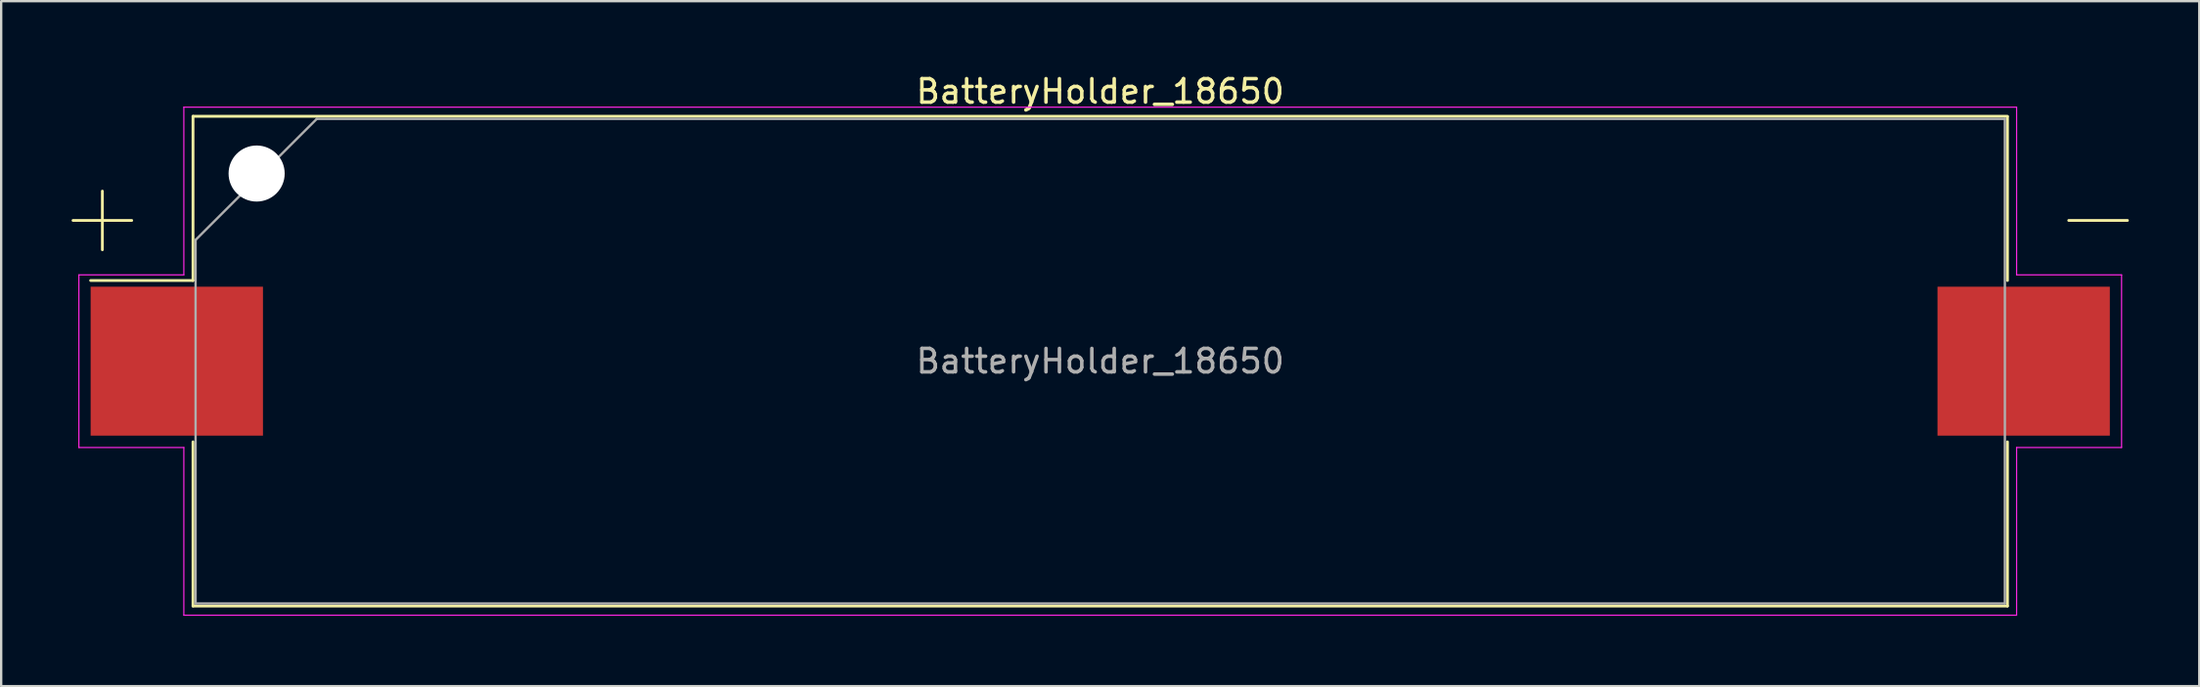
<source format=kicad_pcb>
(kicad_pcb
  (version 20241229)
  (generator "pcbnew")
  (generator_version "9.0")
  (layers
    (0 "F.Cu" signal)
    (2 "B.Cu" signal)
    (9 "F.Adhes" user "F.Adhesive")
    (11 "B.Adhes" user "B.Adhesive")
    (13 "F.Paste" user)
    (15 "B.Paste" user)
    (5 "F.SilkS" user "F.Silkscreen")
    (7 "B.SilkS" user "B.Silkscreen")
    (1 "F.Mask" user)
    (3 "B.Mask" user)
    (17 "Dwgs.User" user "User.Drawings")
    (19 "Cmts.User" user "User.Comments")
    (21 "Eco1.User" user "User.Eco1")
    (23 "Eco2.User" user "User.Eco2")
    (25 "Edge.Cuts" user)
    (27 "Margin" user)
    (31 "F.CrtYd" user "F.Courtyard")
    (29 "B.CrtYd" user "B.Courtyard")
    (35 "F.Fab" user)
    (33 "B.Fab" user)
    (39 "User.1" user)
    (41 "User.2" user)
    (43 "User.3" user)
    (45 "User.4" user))
  (footprint "BatteryHolder_18650"
    (layer "F.Cu")
    (at 43.81 12.348)
    (property "Reference" "BatteryHolder_18650" (at 0 -11.5 0) (layer "F.SilkS") (effects (font (size 1 1) (thickness 0.15))))
    (attr smd)
    (fp_line (start -43.75 -6) (end -41.25 -6) (stroke (width 0.12) (type solid)) (layer "F.SilkS"))
    (fp_line (start -42.5 -4.75) (end -42.5 -7.25) (stroke (width 0.12) (type solid)) (layer "F.SilkS"))
    (fp_line (start -38.64 -10.44) (end -38.64 -3.44) (stroke (width 0.12) (type solid)) (layer "F.SilkS"))
    (fp_line (start -38.64 -3.44) (end -43 -3.44) (stroke (width 0.12) (type solid)) (layer "F.SilkS"))
    (fp_line (start -38.64 10.44) (end -38.64 3.44) (stroke (width 0.12) (type solid)) (layer "F.SilkS"))
    (fp_line (start 38.64 -10.44) (end -38.64 -10.44) (stroke (width 0.12) (type solid)) (layer "F.SilkS"))
    (fp_line (start 38.64 -3.44) (end 38.64 -10.42) (stroke (width 0.12) (type solid)) (layer "F.SilkS"))
    (fp_line (start 38.64 3.44) (end 38.64 10.44) (stroke (width 0.12) (type solid)) (layer "F.SilkS"))
    (fp_line (start 38.64 10.44) (end -38.64 10.44) (stroke (width 0.12) (type solid)) (layer "F.SilkS"))
    (fp_line (start 43.75 -6) (end 41.25 -6) (stroke (width 0.12) (type solid)) (layer "F.SilkS"))
    (fp_line (start -43.5 -3.68) (end -39.03 -3.68) (stroke (width 0.05) (type solid)) (layer "F.CrtYd"))
    (fp_line (start -43.5 3.68) (end -43.5 -3.68) (stroke (width 0.05) (type solid)) (layer "F.CrtYd"))
    (fp_line (start -39.03 -10.83) (end -39.03 -3.68) (stroke (width 0.05) (type solid)) (layer "F.CrtYd"))
    (fp_line (start -39.03 -10.83) (end 39.03 -10.83) (stroke (width 0.05) (type solid)) (layer "F.CrtYd"))
    (fp_line (start -39.03 3.68) (end -43.5 3.68) (stroke (width 0.05) (type solid)) (layer "F.CrtYd"))
    (fp_line (start -39.03 10.83) (end -39.03 3.68) (stroke (width 0.05) (type solid)) (layer "F.CrtYd"))
    (fp_line (start -39.03 10.83) (end 39.03 10.83) (stroke (width 0.05) (type solid)) (layer "F.CrtYd"))
    (fp_line (start 39.03 -10.83) (end 39.03 -3.68) (stroke (width 0.05) (type solid)) (layer "F.CrtYd"))
    (fp_line (start 39.03 3.68) (end 43.5 3.68) (stroke (width 0.05) (type solid)) (layer "F.CrtYd"))
    (fp_line (start 39.03 10.83) (end 39.03 3.68) (stroke (width 0.05) (type solid)) (layer "F.CrtYd"))
    (fp_line (start 43.5 -3.68) (end 39.03 -3.68) (stroke (width 0.05) (type solid)) (layer "F.CrtYd"))
    (fp_line (start 43.5 3.68) (end 43.5 -3.68) (stroke (width 0.05) (type solid)) (layer "F.CrtYd"))
    (fp_line (start -38.53 -5.168) (end -38.53 10.33) (stroke (width 0.1) (type solid)) (layer "F.Fab"))
    (fp_line (start -38.53 10.33) (end 38.53 10.33) (stroke (width 0.1) (type solid)) (layer "F.Fab"))
    (fp_line (start -33.367 -10.33) (end -38.53 -5.168) (stroke (width 0.1) (type solid)) (layer "F.Fab"))
    (fp_line (start -33.367 -10.33) (end 38.53 -10.33) (stroke (width 0.1) (type solid)) (layer "F.Fab"))
    (fp_line (start 38.53 -10.33) (end 38.53 10.33) (stroke (width 0.1) (type solid)) (layer "F.Fab"))
    (fp_text user "${REFERENCE}" (at 0 0 0) (layer "F.Fab") (effects (font (size 1 1) (thickness 0.15))))
    (pad "" np_thru_hole circle (at -35.93 -8) (size 2.39 2.39) (drill 2.39) (layers "*.Cu" "*.Mask"))
    (pad "1" smd rect (at -39.33 0) (size 7.34 6.35) (layers "F.Cu" "F.Mask" "F.Paste"))
    (pad "2" smd rect (at 39.33 0) (size 7.34 6.35) (layers "F.Cu" "F.Mask" "F.Paste")))
  (gr_rect
    (start -3 -3)
    (end 90.62 26.203)
    (stroke (width 0.1) (type default))
    (fill no)
    (layer "Edge.Cuts")))
</source>
